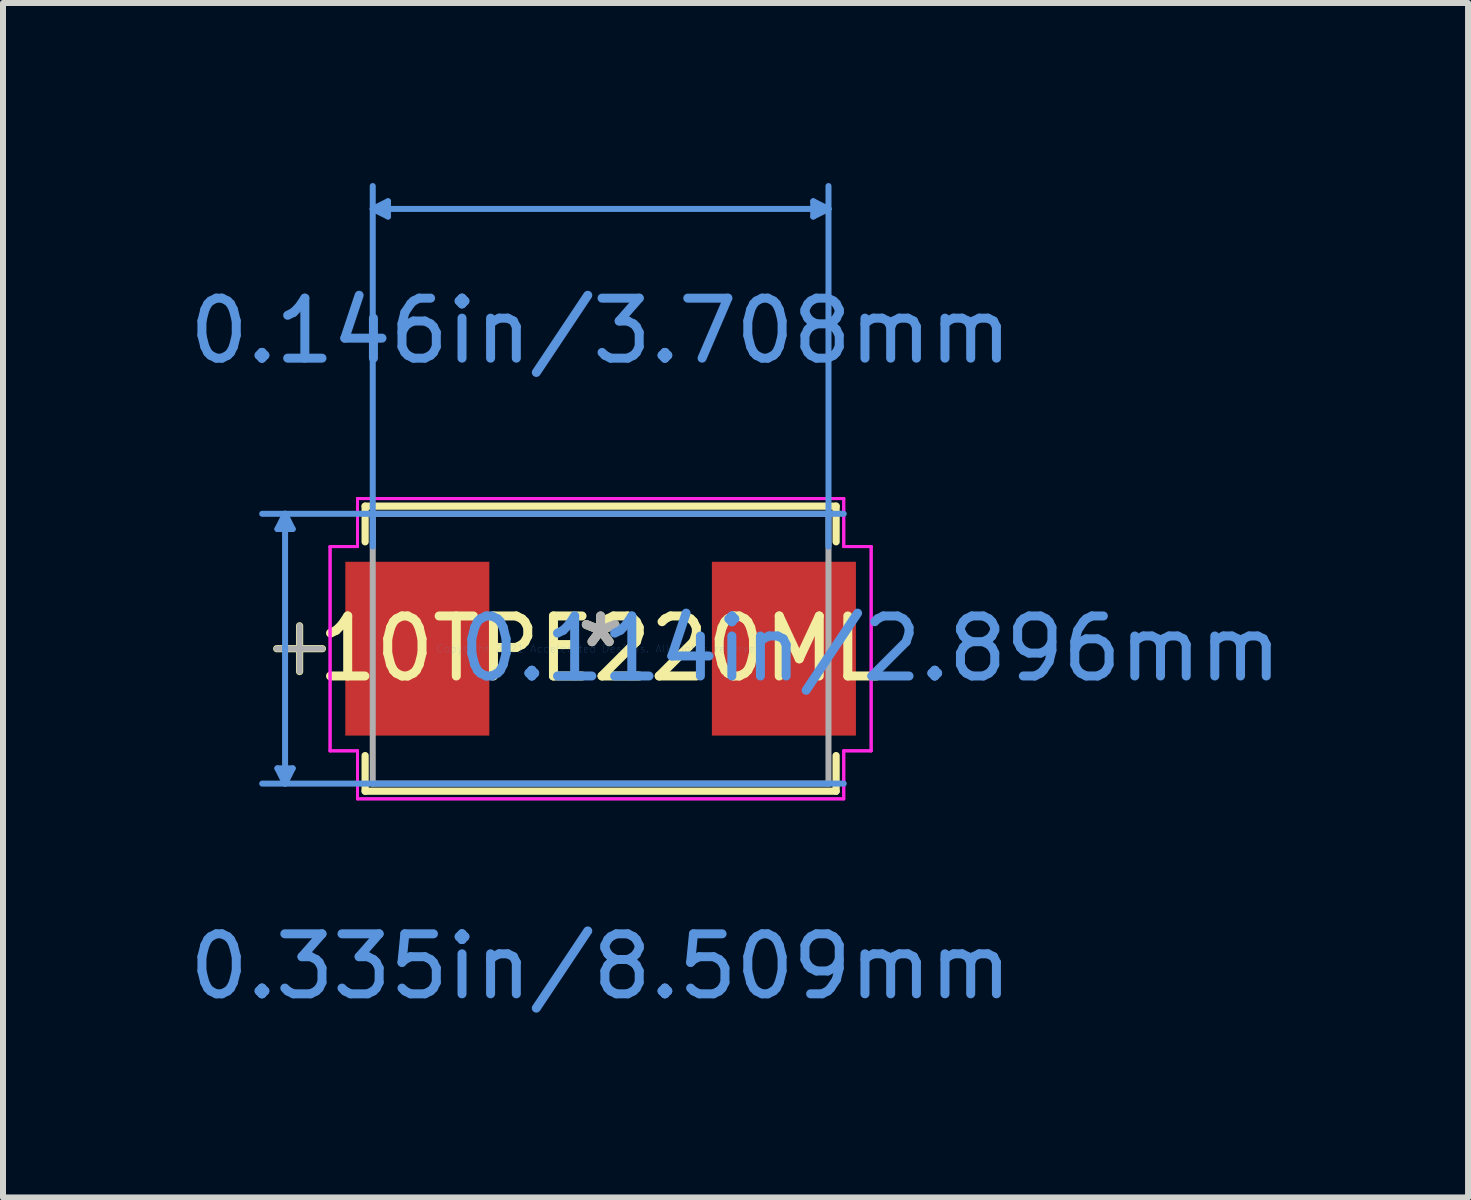
<source format=kicad_pcb>
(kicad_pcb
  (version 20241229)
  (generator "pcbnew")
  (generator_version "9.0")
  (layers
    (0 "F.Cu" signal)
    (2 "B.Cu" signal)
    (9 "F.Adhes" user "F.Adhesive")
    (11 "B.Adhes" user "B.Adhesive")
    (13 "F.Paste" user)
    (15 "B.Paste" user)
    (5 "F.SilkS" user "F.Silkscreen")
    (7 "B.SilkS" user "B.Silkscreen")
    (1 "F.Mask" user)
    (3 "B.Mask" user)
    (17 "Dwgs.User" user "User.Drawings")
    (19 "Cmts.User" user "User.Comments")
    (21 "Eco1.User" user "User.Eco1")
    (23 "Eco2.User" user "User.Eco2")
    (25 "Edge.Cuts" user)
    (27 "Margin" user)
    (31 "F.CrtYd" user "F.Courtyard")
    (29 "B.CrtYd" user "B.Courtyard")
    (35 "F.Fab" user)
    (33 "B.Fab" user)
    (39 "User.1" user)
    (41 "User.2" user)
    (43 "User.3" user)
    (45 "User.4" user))
  (footprint "10TPE220ML"
    (layer "F.Cu")
    (at 6.958 7.759)
    (property "Reference" "10TPE220ML" (at 0 0 0) (layer "F.SilkS") (effects (font (size 1 1) (thickness 0.15))))
    (attr through_hole)
    (fp_line (start -5.016 -0.381) (end -5.016 0.381) (stroke (width 0.12) (type solid)) (layer "F.SilkS"))
    (fp_line (start -4.636 0) (end -5.397 0) (stroke (width 0.12) (type solid)) (layer "F.SilkS"))
    (fp_line (start -3.924 -2.375) (end -3.924 -1.781) (stroke (width 0.12) (type solid)) (layer "F.SilkS"))
    (fp_line (start -3.924 1.781) (end -3.924 2.375) (stroke (width 0.12) (type solid)) (layer "F.SilkS"))
    (fp_line (start -3.924 2.375) (end 3.924 2.375) (stroke (width 0.12) (type solid)) (layer "F.SilkS"))
    (fp_line (start 3.924 -2.375) (end -3.924 -2.375) (stroke (width 0.12) (type solid)) (layer "F.SilkS"))
    (fp_line (start 3.924 -1.781) (end 3.924 -2.375) (stroke (width 0.12) (type solid)) (layer "F.SilkS"))
    (fp_line (start 3.924 2.375) (end 3.924 1.781) (stroke (width 0.12) (type solid)) (layer "F.SilkS"))
    (fp_line (start -5.385 -1.994) (end -5.131 -1.994) (stroke (width 0.1) (type solid)) (layer "Cmts.User"))
    (fp_line (start -5.385 1.994) (end -5.131 1.994) (stroke (width 0.1) (type solid)) (layer "Cmts.User"))
    (fp_line (start -5.258 -2.248) (end -5.385 -1.994) (stroke (width 0.1) (type solid)) (layer "Cmts.User"))
    (fp_line (start -5.258 -2.248) (end -5.258 2.248) (stroke (width 0.1) (type solid)) (layer "Cmts.User"))
    (fp_line (start -5.258 -2.248) (end -5.131 -1.994) (stroke (width 0.1) (type solid)) (layer "Cmts.User"))
    (fp_line (start -5.258 2.248) (end -5.385 1.994) (stroke (width 0.1) (type solid)) (layer "Cmts.User"))
    (fp_line (start -5.258 2.248) (end -5.131 1.994) (stroke (width 0.1) (type solid)) (layer "Cmts.User"))
    (fp_line (start -3.797 -7.328) (end -3.543 -7.455) (stroke (width 0.1) (type solid)) (layer "Cmts.User"))
    (fp_line (start -3.797 -7.328) (end -3.543 -7.201) (stroke (width 0.1) (type solid)) (layer "Cmts.User"))
    (fp_line (start -3.797 -7.328) (end 3.797 -7.328) (stroke (width 0.1) (type solid)) (layer "Cmts.User"))
    (fp_line (start -3.797 -1.702) (end -3.797 -7.709) (stroke (width 0.1) (type solid)) (layer "Cmts.User"))
    (fp_line (start -3.543 -7.455) (end -3.543 -7.201) (stroke (width 0.1) (type solid)) (layer "Cmts.User"))
    (fp_line (start 3.543 -7.455) (end 3.543 -7.201) (stroke (width 0.1) (type solid)) (layer "Cmts.User"))
    (fp_line (start 3.797 -7.328) (end 3.543 -7.455) (stroke (width 0.1) (type solid)) (layer "Cmts.User"))
    (fp_line (start 3.797 -7.328) (end 3.543 -7.201) (stroke (width 0.1) (type solid)) (layer "Cmts.User"))
    (fp_line (start 3.797 -1.702) (end 3.797 -7.709) (stroke (width 0.1) (type solid)) (layer "Cmts.User"))
    (fp_line (start 4.051 -2.248) (end -5.639 -2.248) (stroke (width 0.1) (type solid)) (layer "Cmts.User"))
    (fp_line (start 4.051 2.248) (end -5.639 2.248) (stroke (width 0.1) (type solid)) (layer "Cmts.User"))
    (fp_line (start -4.508 -1.702) (end -4.051 -1.702) (stroke (width 0.05) (type solid)) (layer "F.CrtYd"))
    (fp_line (start -4.508 -1.702) (end -4.051 -1.702) (stroke (width 0.05) (type solid)) (layer "F.CrtYd"))
    (fp_line (start -4.508 1.702) (end -4.508 -1.702) (stroke (width 0.05) (type solid)) (layer "F.CrtYd"))
    (fp_line (start -4.508 1.702) (end -4.508 -1.702) (stroke (width 0.05) (type solid)) (layer "F.CrtYd"))
    (fp_line (start -4.051 -2.502) (end 4.051 -2.502) (stroke (width 0.05) (type solid)) (layer "F.CrtYd"))
    (fp_line (start -4.051 -2.502) (end 4.051 -2.502) (stroke (width 0.05) (type solid)) (layer "F.CrtYd"))
    (fp_line (start -4.051 -1.702) (end -4.051 -2.502) (stroke (width 0.05) (type solid)) (layer "F.CrtYd"))
    (fp_line (start -4.051 -1.702) (end -4.051 -2.502) (stroke (width 0.05) (type solid)) (layer "F.CrtYd"))
    (fp_line (start -4.051 1.702) (end -4.508 1.702) (stroke (width 0.05) (type solid)) (layer "F.CrtYd"))
    (fp_line (start -4.051 1.702) (end -4.508 1.702) (stroke (width 0.05) (type solid)) (layer "F.CrtYd"))
    (fp_line (start -4.051 2.502) (end -4.051 1.702) (stroke (width 0.05) (type solid)) (layer "F.CrtYd"))
    (fp_line (start -4.051 2.502) (end -4.051 1.702) (stroke (width 0.05) (type solid)) (layer "F.CrtYd"))
    (fp_line (start 4.051 -2.502) (end 4.051 -1.702) (stroke (width 0.05) (type solid)) (layer "F.CrtYd"))
    (fp_line (start 4.051 -2.502) (end 4.051 -1.702) (stroke (width 0.05) (type solid)) (layer "F.CrtYd"))
    (fp_line (start 4.051 -1.702) (end 4.508 -1.702) (stroke (width 0.05) (type solid)) (layer "F.CrtYd"))
    (fp_line (start 4.051 -1.702) (end 4.508 -1.702) (stroke (width 0.05) (type solid)) (layer "F.CrtYd"))
    (fp_line (start 4.051 1.702) (end 4.051 2.502) (stroke (width 0.05) (type solid)) (layer "F.CrtYd"))
    (fp_line (start 4.051 1.702) (end 4.051 2.502) (stroke (width 0.05) (type solid)) (layer "F.CrtYd"))
    (fp_line (start 4.051 2.502) (end -4.051 2.502) (stroke (width 0.05) (type solid)) (layer "F.CrtYd"))
    (fp_line (start 4.051 2.502) (end -4.051 2.502) (stroke (width 0.05) (type solid)) (layer "F.CrtYd"))
    (fp_line (start 4.508 -1.702) (end 4.508 1.702) (stroke (width 0.05) (type solid)) (layer "F.CrtYd"))
    (fp_line (start 4.508 -1.702) (end 4.508 1.702) (stroke (width 0.05) (type solid)) (layer "F.CrtYd"))
    (fp_line (start 4.508 1.702) (end 4.051 1.702) (stroke (width 0.05) (type solid)) (layer "F.CrtYd"))
    (fp_line (start 4.508 1.702) (end 4.051 1.702) (stroke (width 0.05) (type solid)) (layer "F.CrtYd"))
    (fp_line (start -5.016 -0.381) (end -5.016 0.381) (stroke (width 0.1) (type solid)) (layer "F.Fab"))
    (fp_line (start -4.636 0) (end -5.397 0) (stroke (width 0.1) (type solid)) (layer "F.Fab"))
    (fp_line (start -3.797 -2.248) (end -3.797 2.248) (stroke (width 0.1) (type solid)) (layer "F.Fab"))
    (fp_line (start -3.797 2.248) (end 3.797 2.248) (stroke (width 0.1) (type solid)) (layer "F.Fab"))
    (fp_line (start 3.797 -2.248) (end -3.797 -2.248) (stroke (width 0.1) (type solid)) (layer "F.Fab"))
    (fp_line (start 3.797 2.248) (end 3.797 -2.248) (stroke (width 0.1) (type solid)) (layer "F.Fab"))
    (fp_text user "*" (at 0 0 0) (layer "F.SilkS") (effects (font (size 1 1) (thickness 0.15))))
    (fp_text user "Copyright 2021 Accelerated Designs. All rights reserved." (at 0 0 0) (layer "Cmts.User") (effects (font (size 0.127 0.127) (thickness 0.002))))
    (fp_text user "0.146in/3.708mm" (at 0 -5.296 0) (layer "Cmts.User") (effects (font (size 1 1) (thickness 0.15))))
    (fp_text user "0.335in/8.509mm" (at 0 5.296 0) (layer "Cmts.User") (effects (font (size 1 1) (thickness 0.15))))
    (fp_text user "0.114in/2.896mm" (at 4.496 0 0) (layer "Cmts.User") (effects (font (size 1 1) (thickness 0.15))))
    (fp_text user "*" (at 0 0 0) (layer "F.Fab") (effects (font (size 1 1) (thickness 0.15))))
    (pad "1" smd rect (at -3.054 0) (size 2.4 2.896) (layers "F.Cu" "F.Mask" "F.Paste"))
    (pad "2" smd rect (at 3.054 0) (size 2.4 2.896) (layers "F.Cu" "F.Mask" "F.Paste")))
  (gr_rect
    (start -3 -3)
    (end 21.412 16.903)
    (stroke (width 0.1) (type default))
    (fill no)
    (layer "Edge.Cuts")))
</source>
